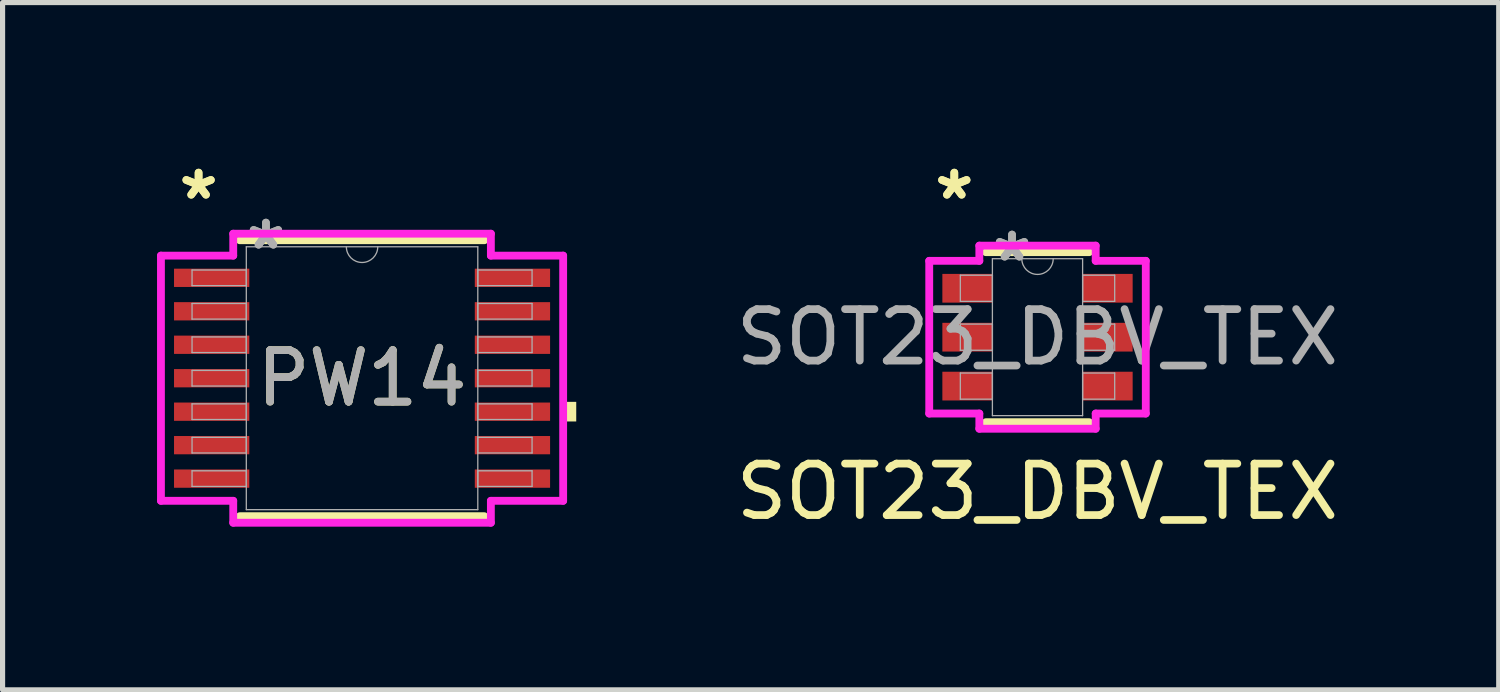
<source format=kicad_pcb>
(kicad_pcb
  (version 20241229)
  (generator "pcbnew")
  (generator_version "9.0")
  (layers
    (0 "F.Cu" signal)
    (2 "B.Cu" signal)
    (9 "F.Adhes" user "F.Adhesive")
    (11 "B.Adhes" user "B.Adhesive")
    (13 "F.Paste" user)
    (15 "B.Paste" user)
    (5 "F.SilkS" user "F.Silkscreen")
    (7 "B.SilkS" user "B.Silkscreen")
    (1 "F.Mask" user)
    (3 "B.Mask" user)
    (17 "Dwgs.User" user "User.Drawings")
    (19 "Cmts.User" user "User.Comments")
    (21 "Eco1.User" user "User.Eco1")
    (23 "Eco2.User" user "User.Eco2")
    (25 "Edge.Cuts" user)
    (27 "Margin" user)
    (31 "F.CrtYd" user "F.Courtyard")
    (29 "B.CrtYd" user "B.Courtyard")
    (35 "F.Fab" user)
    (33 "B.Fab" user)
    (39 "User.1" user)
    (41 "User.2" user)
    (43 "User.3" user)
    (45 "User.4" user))
  (footprint "SOT23_DBV_TEX"
    (layer "F.Cu")
    (at 17.101 3.499)
    (property "Reference" "SOT23_DBV_TEX" (at 0 3 0) (unlocked yes) (layer "F.SilkS") (effects (font (size 1 1) (thickness 0.15))))
    (attr smd)
    (fp_line (start -1.003 1.651) (end 1.003 1.651) (stroke (width 0.152) (type solid)) (layer "F.SilkS"))
    (fp_line (start 1.003 -1.651) (end -1.003 -1.651) (stroke (width 0.152) (type solid)) (layer "F.SilkS"))
    (fp_line (start -2.103 -1.483) (end -1.13 -1.483) (stroke (width 0.152) (type solid)) (layer "F.CrtYd"))
    (fp_line (start -2.103 1.483) (end -2.103 -1.483) (stroke (width 0.152) (type solid)) (layer "F.CrtYd"))
    (fp_line (start -2.103 1.483) (end -1.13 1.483) (stroke (width 0.152) (type solid)) (layer "F.CrtYd"))
    (fp_line (start -1.13 -1.778) (end 1.13 -1.778) (stroke (width 0.152) (type solid)) (layer "F.CrtYd"))
    (fp_line (start -1.13 -1.483) (end -1.13 -1.778) (stroke (width 0.152) (type solid)) (layer "F.CrtYd"))
    (fp_line (start -1.13 1.778) (end -1.13 1.483) (stroke (width 0.152) (type solid)) (layer "F.CrtYd"))
    (fp_line (start 1.13 -1.778) (end 1.13 -1.483) (stroke (width 0.152) (type solid)) (layer "F.CrtYd"))
    (fp_line (start 1.13 1.483) (end 1.13 1.778) (stroke (width 0.152) (type solid)) (layer "F.CrtYd"))
    (fp_line (start 1.13 1.778) (end -1.13 1.778) (stroke (width 0.152) (type solid)) (layer "F.CrtYd"))
    (fp_line (start 2.103 -1.483) (end 1.13 -1.483) (stroke (width 0.152) (type solid)) (layer "F.CrtYd"))
    (fp_line (start 2.103 -1.483) (end 2.103 1.483) (stroke (width 0.152) (type solid)) (layer "F.CrtYd"))
    (fp_line (start 2.103 1.483) (end 1.13 1.483) (stroke (width 0.152) (type solid)) (layer "F.CrtYd"))
    (fp_line (start -1.499 -1.204) (end -1.499 -0.696) (stroke (width 0.025) (type solid)) (layer "F.Fab"))
    (fp_line (start -1.499 -0.696) (end -0.876 -0.696) (stroke (width 0.025) (type solid)) (layer "F.Fab"))
    (fp_line (start -1.499 -0.254) (end -1.499 0.254) (stroke (width 0.025) (type solid)) (layer "F.Fab"))
    (fp_line (start -1.499 0.254) (end -0.876 0.254) (stroke (width 0.025) (type solid)) (layer "F.Fab"))
    (fp_line (start -1.499 0.696) (end -1.499 1.204) (stroke (width 0.025) (type solid)) (layer "F.Fab"))
    (fp_line (start -1.499 1.204) (end -0.876 1.204) (stroke (width 0.025) (type solid)) (layer "F.Fab"))
    (fp_line (start -0.876 -1.524) (end -0.876 1.524) (stroke (width 0.025) (type solid)) (layer "F.Fab"))
    (fp_line (start -0.876 -1.204) (end -1.499 -1.204) (stroke (width 0.025) (type solid)) (layer "F.Fab"))
    (fp_line (start -0.876 -0.696) (end -0.876 -1.204) (stroke (width 0.025) (type solid)) (layer "F.Fab"))
    (fp_line (start -0.876 -0.254) (end -1.499 -0.254) (stroke (width 0.025) (type solid)) (layer "F.Fab"))
    (fp_line (start -0.876 0.254) (end -0.876 -0.254) (stroke (width 0.025) (type solid)) (layer "F.Fab"))
    (fp_line (start -0.876 0.696) (end -1.499 0.696) (stroke (width 0.025) (type solid)) (layer "F.Fab"))
    (fp_line (start -0.876 1.204) (end -0.876 0.696) (stroke (width 0.025) (type solid)) (layer "F.Fab"))
    (fp_line (start -0.876 1.524) (end 0.876 1.524) (stroke (width 0.025) (type solid)) (layer "F.Fab"))
    (fp_line (start 0.876 -1.524) (end -0.876 -1.524) (stroke (width 0.025) (type solid)) (layer "F.Fab"))
    (fp_line (start 0.876 -1.204) (end 0.876 -0.696) (stroke (width 0.025) (type solid)) (layer "F.Fab"))
    (fp_line (start 0.876 -0.696) (end 1.499 -0.696) (stroke (width 0.025) (type solid)) (layer "F.Fab"))
    (fp_line (start 0.876 -0.254) (end 0.876 0.254) (stroke (width 0.025) (type solid)) (layer "F.Fab"))
    (fp_line (start 0.876 0.254) (end 1.499 0.254) (stroke (width 0.025) (type solid)) (layer "F.Fab"))
    (fp_line (start 0.876 0.696) (end 0.876 1.204) (stroke (width 0.025) (type solid)) (layer "F.Fab"))
    (fp_line (start 0.876 1.204) (end 1.499 1.204) (stroke (width 0.025) (type solid)) (layer "F.Fab"))
    (fp_line (start 0.876 1.524) (end 0.876 -1.524) (stroke (width 0.025) (type solid)) (layer "F.Fab"))
    (fp_line (start 1.499 -1.204) (end 0.876 -1.204) (stroke (width 0.025) (type solid)) (layer "F.Fab"))
    (fp_line (start 1.499 -0.696) (end 1.499 -1.204) (stroke (width 0.025) (type solid)) (layer "F.Fab"))
    (fp_line (start 1.499 -0.254) (end 0.876 -0.254) (stroke (width 0.025) (type solid)) (layer "F.Fab"))
    (fp_line (start 1.499 0.254) (end 1.499 -0.254) (stroke (width 0.025) (type solid)) (layer "F.Fab"))
    (fp_line (start 1.499 0.696) (end 0.876 0.696) (stroke (width 0.025) (type solid)) (layer "F.Fab"))
    (fp_line (start 1.499 1.204) (end 1.499 0.696) (stroke (width 0.025) (type solid)) (layer "F.Fab"))
    (fp_arc (start 0.3048 -1.524) (mid 0 -1.2192) (end -0.3048 -1.524) (stroke (width 0.0254) (type solid)) (layer "F.Fab"))
    (fp_text user "*" (at -1.616 -2.651 0) (unlocked yes) (layer "F.SilkS") (effects (font (size 1 1) (thickness 0.15))))
    (fp_text user "*" (at -1.616 -2.651 0) (layer "F.SilkS") (effects (font (size 1 1) (thickness 0.15))))
    (fp_text user "${REFERENCE}" (at 0 0 0) (unlocked yes) (layer "F.Fab") (effects (font (size 1 1) (thickness 0.15))))
    (fp_text user "*" (at -0.495 -1.448 0) (layer "F.Fab") (effects (font (size 1 1) (thickness 0.15))))
    (fp_text user "*" (at -0.495 -1.448 0) (unlocked yes) (layer "F.Fab") (effects (font (size 1 1) (thickness 0.15))))
    (pad "1" smd rect (at -1.362 -0.95) (size 0.972 0.558) (layers "F.Cu" "F.Mask" "F.Paste"))
    (pad "2" smd rect (at -1.362 0) (size 0.972 0.558) (layers "F.Cu" "F.Mask" "F.Paste"))
    (pad "3" smd rect (at -1.362 0.95) (size 0.972 0.558) (layers "F.Cu" "F.Mask" "F.Paste"))
    (pad "4" smd rect (at 1.362 0.95) (size 0.972 0.558) (layers "F.Cu" "F.Mask" "F.Paste"))
    (pad "5" smd rect (at 1.362 0) (size 0.972 0.558) (layers "F.Cu" "F.Mask" "F.Paste"))
    (pad "6" smd rect (at 1.362 -0.95) (size 0.972 0.558) (layers "F.Cu" "F.Mask" "F.Paste")))
  (footprint "PW14"
    (layer "F.Cu")
    (at 3.982 4.296)
    (property "Reference" "PW14" (at 0 0 0) (unlocked yes) (layer "F.SilkS") (effects (font (size 1 1) (thickness 0.15))))
    (attr smd)
    (fp_line (start -2.375 2.68) (end 2.375 2.68) (stroke (width 0.152) (type solid)) (layer "F.SilkS"))
    (fp_line (start 2.375 -2.68) (end -2.375 -2.68) (stroke (width 0.152) (type solid)) (layer "F.SilkS"))
    (fp_poly (pts (xy 4.16 0.459) (xy 4.16 0.84) (xy 3.906 0.84) (xy 3.906 0.459)) (stroke (width 0) (type solid)) (fill yes) (layer "F.SilkS"))
    (fp_line (start -3.906 -2.381) (end -2.502 -2.381) (stroke (width 0.152) (type solid)) (layer "F.CrtYd"))
    (fp_line (start -3.906 2.381) (end -3.906 -2.381) (stroke (width 0.152) (type solid)) (layer "F.CrtYd"))
    (fp_line (start -3.906 2.381) (end -2.502 2.381) (stroke (width 0.152) (type solid)) (layer "F.CrtYd"))
    (fp_line (start -2.502 -2.807) (end 2.502 -2.807) (stroke (width 0.152) (type solid)) (layer "F.CrtYd"))
    (fp_line (start -2.502 -2.381) (end -2.502 -2.807) (stroke (width 0.152) (type solid)) (layer "F.CrtYd"))
    (fp_line (start -2.502 2.807) (end -2.502 2.381) (stroke (width 0.152) (type solid)) (layer "F.CrtYd"))
    (fp_line (start 2.502 -2.807) (end 2.502 -2.381) (stroke (width 0.152) (type solid)) (layer "F.CrtYd"))
    (fp_line (start 2.502 2.381) (end 2.502 2.807) (stroke (width 0.152) (type solid)) (layer "F.CrtYd"))
    (fp_line (start 2.502 2.807) (end -2.502 2.807) (stroke (width 0.152) (type solid)) (layer "F.CrtYd"))
    (fp_line (start 3.906 -2.381) (end 2.502 -2.381) (stroke (width 0.152) (type solid)) (layer "F.CrtYd"))
    (fp_line (start 3.906 -2.381) (end 3.906 2.381) (stroke (width 0.152) (type solid)) (layer "F.CrtYd"))
    (fp_line (start 3.906 2.381) (end 2.502 2.381) (stroke (width 0.152) (type solid)) (layer "F.CrtYd"))
    (fp_line (start -3.302 -2.102) (end -3.302 -1.798) (stroke (width 0.025) (type solid)) (layer "F.Fab"))
    (fp_line (start -3.302 -1.798) (end -2.248 -1.798) (stroke (width 0.025) (type solid)) (layer "F.Fab"))
    (fp_line (start -3.302 -1.452) (end -3.302 -1.148) (stroke (width 0.025) (type solid)) (layer "F.Fab"))
    (fp_line (start -3.302 -1.148) (end -2.248 -1.148) (stroke (width 0.025) (type solid)) (layer "F.Fab"))
    (fp_line (start -3.302 -0.802) (end -3.302 -0.498) (stroke (width 0.025) (type solid)) (layer "F.Fab"))
    (fp_line (start -3.302 -0.498) (end -2.248 -0.498) (stroke (width 0.025) (type solid)) (layer "F.Fab"))
    (fp_line (start -3.302 -0.152) (end -3.302 0.152) (stroke (width 0.025) (type solid)) (layer "F.Fab"))
    (fp_line (start -3.302 0.152) (end -2.248 0.152) (stroke (width 0.025) (type solid)) (layer "F.Fab"))
    (fp_line (start -3.302 0.498) (end -3.302 0.802) (stroke (width 0.025) (type solid)) (layer "F.Fab"))
    (fp_line (start -3.302 0.802) (end -2.248 0.802) (stroke (width 0.025) (type solid)) (layer "F.Fab"))
    (fp_line (start -3.302 1.148) (end -3.302 1.452) (stroke (width 0.025) (type solid)) (layer "F.Fab"))
    (fp_line (start -3.302 1.452) (end -2.248 1.452) (stroke (width 0.025) (type solid)) (layer "F.Fab"))
    (fp_line (start -3.302 1.798) (end -3.302 2.102) (stroke (width 0.025) (type solid)) (layer "F.Fab"))
    (fp_line (start -3.302 2.102) (end -2.248 2.102) (stroke (width 0.025) (type solid)) (layer "F.Fab"))
    (fp_line (start -2.248 -2.553) (end -2.248 2.553) (stroke (width 0.025) (type solid)) (layer "F.Fab"))
    (fp_line (start -2.248 -2.102) (end -3.302 -2.102) (stroke (width 0.025) (type solid)) (layer "F.Fab"))
    (fp_line (start -2.248 -1.798) (end -2.248 -2.102) (stroke (width 0.025) (type solid)) (layer "F.Fab"))
    (fp_line (start -2.248 -1.452) (end -3.302 -1.452) (stroke (width 0.025) (type solid)) (layer "F.Fab"))
    (fp_line (start -2.248 -1.148) (end -2.248 -1.452) (stroke (width 0.025) (type solid)) (layer "F.Fab"))
    (fp_line (start -2.248 -0.802) (end -3.302 -0.802) (stroke (width 0.025) (type solid)) (layer "F.Fab"))
    (fp_line (start -2.248 -0.498) (end -2.248 -0.802) (stroke (width 0.025) (type solid)) (layer "F.Fab"))
    (fp_line (start -2.248 -0.152) (end -3.302 -0.152) (stroke (width 0.025) (type solid)) (layer "F.Fab"))
    (fp_line (start -2.248 0.152) (end -2.248 -0.152) (stroke (width 0.025) (type solid)) (layer "F.Fab"))
    (fp_line (start -2.248 0.498) (end -3.302 0.498) (stroke (width 0.025) (type solid)) (layer "F.Fab"))
    (fp_line (start -2.248 0.802) (end -2.248 0.498) (stroke (width 0.025) (type solid)) (layer "F.Fab"))
    (fp_line (start -2.248 1.148) (end -3.302 1.148) (stroke (width 0.025) (type solid)) (layer "F.Fab"))
    (fp_line (start -2.248 1.452) (end -2.248 1.148) (stroke (width 0.025) (type solid)) (layer "F.Fab"))
    (fp_line (start -2.248 1.798) (end -3.302 1.798) (stroke (width 0.025) (type solid)) (layer "F.Fab"))
    (fp_line (start -2.248 2.102) (end -2.248 1.798) (stroke (width 0.025) (type solid)) (layer "F.Fab"))
    (fp_line (start -2.248 2.553) (end 2.248 2.553) (stroke (width 0.025) (type solid)) (layer "F.Fab"))
    (fp_line (start 2.248 -2.553) (end -2.248 -2.553) (stroke (width 0.025) (type solid)) (layer "F.Fab"))
    (fp_line (start 2.248 -2.102) (end 2.248 -1.798) (stroke (width 0.025) (type solid)) (layer "F.Fab"))
    (fp_line (start 2.248 -1.798) (end 3.302 -1.798) (stroke (width 0.025) (type solid)) (layer "F.Fab"))
    (fp_line (start 2.248 -1.452) (end 2.248 -1.148) (stroke (width 0.025) (type solid)) (layer "F.Fab"))
    (fp_line (start 2.248 -1.148) (end 3.302 -1.148) (stroke (width 0.025) (type solid)) (layer "F.Fab"))
    (fp_line (start 2.248 -0.802) (end 2.248 -0.498) (stroke (width 0.025) (type solid)) (layer "F.Fab"))
    (fp_line (start 2.248 -0.498) (end 3.302 -0.498) (stroke (width 0.025) (type solid)) (layer "F.Fab"))
    (fp_line (start 2.248 -0.152) (end 2.248 0.152) (stroke (width 0.025) (type solid)) (layer "F.Fab"))
    (fp_line (start 2.248 0.152) (end 3.302 0.152) (stroke (width 0.025) (type solid)) (layer "F.Fab"))
    (fp_line (start 2.248 0.498) (end 2.248 0.802) (stroke (width 0.025) (type solid)) (layer "F.Fab"))
    (fp_line (start 2.248 0.802) (end 3.302 0.802) (stroke (width 0.025) (type solid)) (layer "F.Fab"))
    (fp_line (start 2.248 1.148) (end 2.248 1.452) (stroke (width 0.025) (type solid)) (layer "F.Fab"))
    (fp_line (start 2.248 1.452) (end 3.302 1.452) (stroke (width 0.025) (type solid)) (layer "F.Fab"))
    (fp_line (start 2.248 1.798) (end 2.248 2.102) (stroke (width 0.025) (type solid)) (layer "F.Fab"))
    (fp_line (start 2.248 2.102) (end 3.302 2.102) (stroke (width 0.025) (type solid)) (layer "F.Fab"))
    (fp_line (start 2.248 2.553) (end 2.248 -2.553) (stroke (width 0.025) (type solid)) (layer "F.Fab"))
    (fp_line (start 3.302 -2.102) (end 2.248 -2.102) (stroke (width 0.025) (type solid)) (layer "F.Fab"))
    (fp_line (start 3.302 -1.798) (end 3.302 -2.102) (stroke (width 0.025) (type solid)) (layer "F.Fab"))
    (fp_line (start 3.302 -1.452) (end 2.248 -1.452) (stroke (width 0.025) (type solid)) (layer "F.Fab"))
    (fp_line (start 3.302 -1.148) (end 3.302 -1.452) (stroke (width 0.025) (type solid)) (layer "F.Fab"))
    (fp_line (start 3.302 -0.802) (end 2.248 -0.802) (stroke (width 0.025) (type solid)) (layer "F.Fab"))
    (fp_line (start 3.302 -0.498) (end 3.302 -0.802) (stroke (width 0.025) (type solid)) (layer "F.Fab"))
    (fp_line (start 3.302 -0.152) (end 2.248 -0.152) (stroke (width 0.025) (type solid)) (layer "F.Fab"))
    (fp_line (start 3.302 0.152) (end 3.302 -0.152) (stroke (width 0.025) (type solid)) (layer "F.Fab"))
    (fp_line (start 3.302 0.498) (end 2.248 0.498) (stroke (width 0.025) (type solid)) (layer "F.Fab"))
    (fp_line (start 3.302 0.802) (end 3.302 0.498) (stroke (width 0.025) (type solid)) (layer "F.Fab"))
    (fp_line (start 3.302 1.148) (end 2.248 1.148) (stroke (width 0.025) (type solid)) (layer "F.Fab"))
    (fp_line (start 3.302 1.452) (end 3.302 1.148) (stroke (width 0.025) (type solid)) (layer "F.Fab"))
    (fp_line (start 3.302 1.798) (end 2.248 1.798) (stroke (width 0.025) (type solid)) (layer "F.Fab"))
    (fp_line (start 3.302 2.102) (end 3.302 1.798) (stroke (width 0.025) (type solid)) (layer "F.Fab"))
    (fp_arc (start 0.3048 -2.5527) (mid 0 -2.2479) (end -0.3048 -2.5527) (stroke (width 0.0254) (type solid)) (layer "F.Fab"))
    (fp_text user "*" (at -3.175 -3.448 0) (unlocked yes) (layer "F.SilkS") (effects (font (size 1 1) (thickness 0.15))))
    (fp_text user "*" (at -3.175 -3.448 0) (layer "F.SilkS") (effects (font (size 1 1) (thickness 0.15))))
    (fp_text user "${REFERENCE}" (at 0 0 0) (unlocked yes) (layer "F.Fab") (effects (font (size 1 1) (thickness 0.15))))
    (fp_text user "*" (at -1.867 -2.477 0) (unlocked yes) (layer "F.Fab") (effects (font (size 1 1) (thickness 0.15))))
    (fp_text user "*" (at -1.867 -2.477 0) (layer "F.Fab") (effects (font (size 1 1) (thickness 0.15))))
    (pad "1" smd rect (at -2.921 -1.95) (size 1.462 0.355) (layers "F.Cu" "F.Mask" "F.Paste"))
    (pad "2" smd rect (at -2.921 -1.3) (size 1.462 0.355) (layers "F.Cu" "F.Mask" "F.Paste"))
    (pad "3" smd rect (at -2.921 -0.65) (size 1.462 0.355) (layers "F.Cu" "F.Mask" "F.Paste"))
    (pad "4" smd rect (at -2.921 0) (size 1.462 0.355) (layers "F.Cu" "F.Mask" "F.Paste"))
    (pad "5" smd rect (at -2.921 0.65) (size 1.462 0.355) (layers "F.Cu" "F.Mask" "F.Paste"))
    (pad "6" smd rect (at -2.921 1.3) (size 1.462 0.355) (layers "F.Cu" "F.Mask" "F.Paste"))
    (pad "7" smd rect (at -2.921 1.95) (size 1.462 0.355) (layers "F.Cu" "F.Mask" "F.Paste"))
    (pad "8" smd rect (at 2.921 1.95) (size 1.462 0.355) (layers "F.Cu" "F.Mask" "F.Paste"))
    (pad "9" smd rect (at 2.921 1.3) (size 1.462 0.355) (layers "F.Cu" "F.Mask" "F.Paste"))
    (pad "10" smd rect (at 2.921 0.65) (size 1.462 0.355) (layers "F.Cu" "F.Mask" "F.Paste"))
    (pad "11" smd rect (at 2.921 0) (size 1.462 0.355) (layers "F.Cu" "F.Mask" "F.Paste"))
    (pad "12" smd rect (at 2.921 -0.65) (size 1.462 0.355) (layers "F.Cu" "F.Mask" "F.Paste"))
    (pad "13" smd rect (at 2.921 -1.3) (size 1.462 0.355) (layers "F.Cu" "F.Mask" "F.Paste"))
    (pad "14" smd rect (at 2.921 -1.95) (size 1.462 0.355) (layers "F.Cu" "F.Mask" "F.Paste")))
  (gr_rect
    (start -3 -3)
    (end 26.059 10.348)
    (stroke (width 0.1) (type default))
    (fill no)
    (layer "Edge.Cuts")))
</source>
